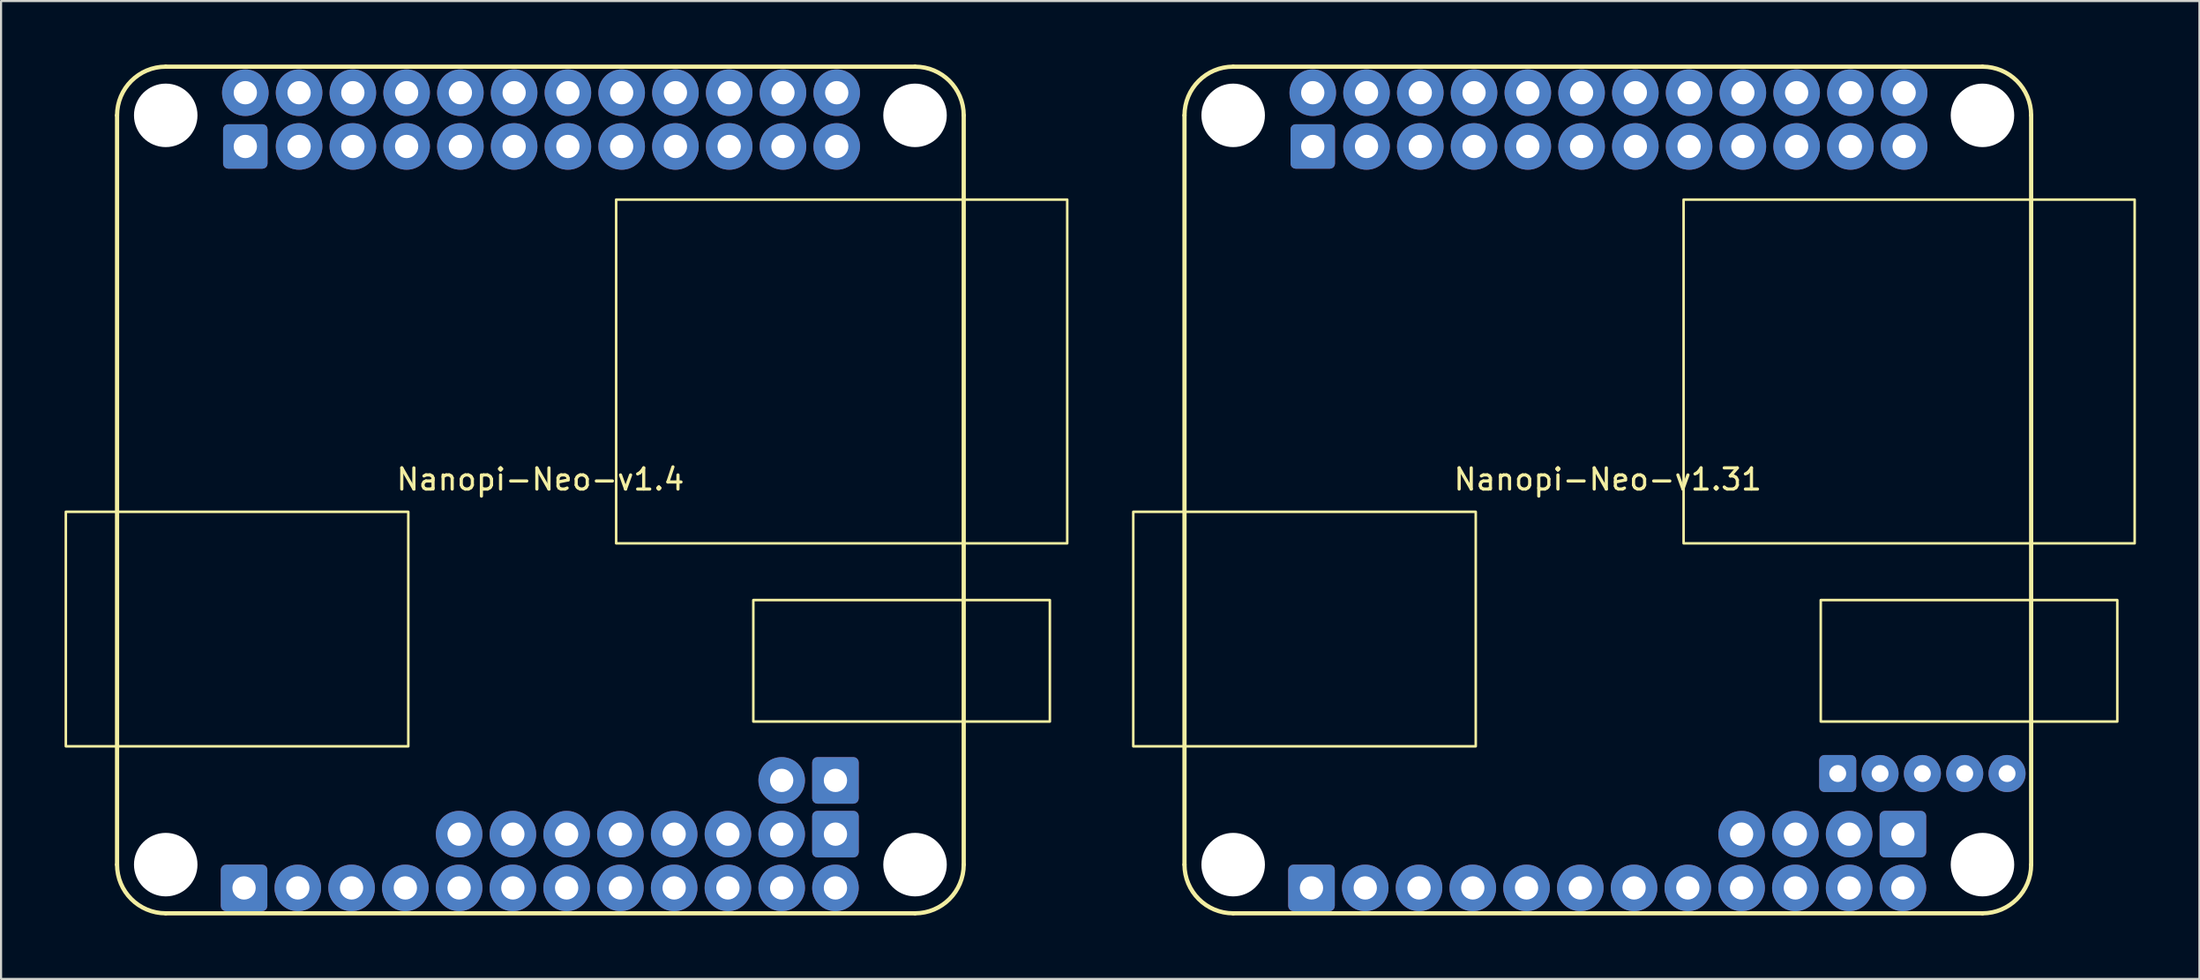
<source format=kicad_pcb>
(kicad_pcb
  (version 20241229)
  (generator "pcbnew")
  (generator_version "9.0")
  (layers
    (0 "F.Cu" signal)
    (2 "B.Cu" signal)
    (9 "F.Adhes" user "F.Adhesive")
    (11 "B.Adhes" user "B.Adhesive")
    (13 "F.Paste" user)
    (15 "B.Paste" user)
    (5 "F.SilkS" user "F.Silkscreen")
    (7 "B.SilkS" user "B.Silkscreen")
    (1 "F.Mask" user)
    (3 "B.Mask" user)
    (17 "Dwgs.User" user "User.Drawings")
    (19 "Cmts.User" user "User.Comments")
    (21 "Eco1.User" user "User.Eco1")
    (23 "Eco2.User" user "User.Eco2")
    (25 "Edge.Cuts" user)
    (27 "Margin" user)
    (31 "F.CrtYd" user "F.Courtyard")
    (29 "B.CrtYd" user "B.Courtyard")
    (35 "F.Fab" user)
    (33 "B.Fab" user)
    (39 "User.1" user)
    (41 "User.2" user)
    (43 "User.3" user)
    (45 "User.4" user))
  (footprint "Nanopi-Neo-v1.31"
    (layer "F.Cu")
    (at 72.91 20.1)
    (property "Reference" "Nanopi-Neo-v1.31" (at 0 -0.5 0) (unlocked yes) (layer "F.SilkS") (effects (font (size 1 1) (thickness 0.15))))
    (attr through_hole)
    (fp_line (start -20 -17.7) (end -20 17.7) (stroke (width 0.2) (type default)) (layer "F.SilkS"))
    (fp_line (start -17.7 -20) (end 17.7 -20) (stroke (width 0.2) (type default)) (layer "F.SilkS"))
    (fp_line (start -17.7 20) (end 17.7 20) (stroke (width 0.2) (type default)) (layer "F.SilkS"))
    (fp_line (start 20 -17.7) (end 20 17.7) (stroke (width 0.2) (type default)) (layer "F.SilkS"))
    (fp_rect (start -22.42 1.03) (end -6.24 12.11) (stroke (width 0.12) (type default)) (fill no) (layer "F.SilkS"))
    (fp_rect (start 3.58 -13.72) (end 24.89 2.52) (stroke (width 0.12) (type default)) (fill no) (layer "F.SilkS"))
    (fp_rect (start 10.06 5.2) (end 24.07 10.94) (stroke (width 0.12) (type default)) (fill no) (layer "F.SilkS"))
    (fp_arc (start -20 -17.7) (mid -19.326346 -19.326346) (end -17.7 -20) (stroke (width 0.2) (type default)) (layer "F.SilkS"))
    (fp_arc (start -17.7 20) (mid -19.326346 19.326346) (end -20 17.7) (stroke (width 0.2) (type default)) (layer "F.SilkS"))
    (fp_arc (start 17.7 -20) (mid 19.326346 -19.326346) (end 20 -17.7) (stroke (width 0.2) (type default)) (layer "F.SilkS"))
    (fp_arc (start 20 17.7) (mid 19.326346 19.326346) (end 17.7 20) (stroke (width 0.2) (type default)) (layer "F.SilkS"))
    (pad "" np_thru_hole circle (at -17.7 -17.7) (size 3 3) (drill 3) (layers "*.Cu" "*.Mask"))
    (pad "" np_thru_hole circle (at -17.7 17.7) (size 3 3) (drill 3) (layers "*.Cu" "*.Mask"))
    (pad "" np_thru_hole circle (at 17.7 -17.7) (size 3 3) (drill 3) (layers "*.Cu" "*.Mask"))
    (pad "" np_thru_hole circle (at 17.7 17.7) (size 3 3) (drill 3) (layers "*.Cu" "*.Mask"))
    (pad "1" thru_hole roundrect (at -13.94 -16.23) (size 2.1 2.1) (drill 1.1) (layers "*.Cu" "*.Mask") (roundrect_rratio 0.114))
    (pad "2" thru_hole circle (at -13.94 -18.77) (size 2.2 2.2) (drill 1.1) (layers "*.Cu" "*.Mask"))
    (pad "3" thru_hole circle (at -11.4 -16.23) (size 2.2 2.2) (drill 1.1) (layers "*.Cu" "*.Mask"))
    (pad "4" thru_hole circle (at -11.4 -18.77) (size 2.2 2.2) (drill 1.1) (layers "*.Cu" "*.Mask"))
    (pad "5" thru_hole circle (at -8.86 -16.23) (size 2.2 2.2) (drill 1.1) (layers "*.Cu" "*.Mask"))
    (pad "6" thru_hole circle (at -8.86 -18.77) (size 2.2 2.2) (drill 1.1) (layers "*.Cu" "*.Mask"))
    (pad "7" thru_hole circle (at -6.32 -16.23) (size 2.2 2.2) (drill 1.1) (layers "*.Cu" "*.Mask"))
    (pad "8" thru_hole circle (at -6.32 -18.77) (size 2.2 2.2) (drill 1.1) (layers "*.Cu" "*.Mask"))
    (pad "9" thru_hole circle (at -3.78 -16.23) (size 2.2 2.2) (drill 1.1) (layers "*.Cu" "*.Mask"))
    (pad "10" thru_hole circle (at -3.78 -18.77) (size 2.2 2.2) (drill 1.1) (layers "*.Cu" "*.Mask"))
    (pad "11" thru_hole circle (at -1.24 -16.23) (size 2.2 2.2) (drill 1.1) (layers "*.Cu" "*.Mask"))
    (pad "12" thru_hole circle (at -1.24 -18.77) (size 2.2 2.2) (drill 1.1) (layers "*.Cu" "*.Mask"))
    (pad "13" thru_hole circle (at 1.3 -16.23) (size 2.2 2.2) (drill 1.1) (layers "*.Cu" "*.Mask"))
    (pad "14" thru_hole circle (at 1.3 -18.77) (size 2.2 2.2) (drill 1.1) (layers "*.Cu" "*.Mask"))
    (pad "15" thru_hole circle (at 3.84 -16.23 90) (size 2.2 2.2) (drill 1.1) (layers "*.Cu" "*.Mask"))
    (pad "16" thru_hole circle (at 3.84 -18.77) (size 2.2 2.2) (drill 1.1) (layers "*.Cu" "*.Mask"))
    (pad "17" thru_hole circle (at 6.38 -16.23) (size 2.2 2.2) (drill 1.1) (layers "*.Cu" "*.Mask"))
    (pad "18" thru_hole circle (at 6.38 -18.77) (size 2.2 2.2) (drill 1.1) (layers "*.Cu" "*.Mask"))
    (pad "19" thru_hole circle (at 8.92 -16.23) (size 2.2 2.2) (drill 1.1) (layers "*.Cu" "*.Mask"))
    (pad "20" thru_hole circle (at 8.92 -18.77) (size 2.2 2.2) (drill 1.1) (layers "*.Cu" "*.Mask"))
    (pad "21" thru_hole circle (at 11.46 -16.23) (size 2.2 2.2) (drill 1.1) (layers "*.Cu" "*.Mask"))
    (pad "22" thru_hole circle (at 11.46 -18.77) (size 2.2 2.2) (drill 1.1) (layers "*.Cu" "*.Mask"))
    (pad "23" thru_hole circle (at 14 -16.23) (size 2.2 2.2) (drill 1.1) (layers "*.Cu" "*.Mask"))
    (pad "24" thru_hole circle (at 14 -18.77) (size 2.2 2.2) (drill 1.1) (layers "*.Cu" "*.Mask"))
    (pad "25" thru_hole roundrect (at -14 18.8) (size 2.2 2.2) (drill 1.1) (layers "*.Cu" "*.Mask") (roundrect_rratio 0.114))
    (pad "26" thru_hole circle (at -11.46 18.8) (size 2.2 2.2) (drill 1.1) (layers "*.Cu" "*.Mask"))
    (pad "27" thru_hole circle (at -8.92 18.8) (size 2.2 2.2) (drill 1.1) (layers "*.Cu" "*.Mask"))
    (pad "28" thru_hole circle (at -6.38 18.8) (size 2.2 2.2) (drill 1.1) (layers "*.Cu" "*.Mask"))
    (pad "29" thru_hole circle (at -3.84 18.8) (size 2.2 2.2) (drill 1.1) (layers "*.Cu" "*.Mask"))
    (pad "30" thru_hole circle (at -1.3 18.8) (size 2.2 2.2) (drill 1.1) (layers "*.Cu" "*.Mask"))
    (pad "31" thru_hole circle (at 1.24 18.8) (size 2.2 2.2) (drill 1.1) (layers "*.Cu" "*.Mask"))
    (pad "32" thru_hole circle (at 3.78 18.8) (size 2.2 2.2) (drill 1.1) (layers "*.Cu" "*.Mask"))
    (pad "33" thru_hole circle (at 6.32 18.8) (size 2.2 2.2) (drill 1.1) (layers "*.Cu" "*.Mask"))
    (pad "34" thru_hole circle (at 8.86 18.8) (size 2.2 2.2) (drill 1.1) (layers "*.Cu" "*.Mask"))
    (pad "35" thru_hole circle (at 11.4 18.8) (size 2.2 2.2) (drill 1.1) (layers "*.Cu" "*.Mask"))
    (pad "36" thru_hole circle (at 13.94 18.8) (size 2.2 2.2) (drill 1.1) (layers "*.Cu" "*.Mask"))
    (pad "37" thru_hole roundrect (at 13.94 16.26) (size 2.2 2.2) (drill 1.1) (layers "*.Cu" "*.Mask") (roundrect_rratio 0.114))
    (pad "38" thru_hole circle (at 11.4 16.26) (size 2.2 2.2) (drill 1.1) (layers "*.Cu" "*.Mask"))
    (pad "39" thru_hole circle (at 8.86 16.26) (size 2.2 2.2) (drill 1.1) (layers "*.Cu" "*.Mask"))
    (pad "40" thru_hole circle (at 6.32 16.26) (size 2.2 2.2) (drill 1.1) (layers "*.Cu" "*.Mask"))
    (pad "41" thru_hole roundrect (at 10.861 13.396) (size 1.75 1.75) (drill 0.8) (layers "*.Cu" "*.Mask") (roundrect_rratio 0.143))
    (pad "42" thru_hole circle (at 12.861 13.396) (size 1.75 1.75) (drill 0.8) (layers "*.Cu" "*.Mask"))
    (pad "43" thru_hole circle (at 14.861 13.396) (size 1.75 1.75) (drill 0.8) (layers "*.Cu" "*.Mask"))
    (pad "44" thru_hole circle (at 16.861 13.396) (size 1.75 1.75) (drill 0.8) (layers "*.Cu" "*.Mask"))
    (pad "45" thru_hole circle (at 18.861 13.396) (size 1.75 1.75) (drill 0.8) (layers "*.Cu" "*.Mask")))
  (footprint "Nanopi-Neo-v1.4"
    (layer "F.Cu")
    (at 22.48 20.1)
    (property "Reference" "Nanopi-Neo-v1.4" (at 0 -0.5 0) (unlocked yes) (layer "F.SilkS") (effects (font (size 1 1) (thickness 0.15))))
    (attr through_hole)
    (fp_line (start -20 -17.7) (end -20 17.7) (stroke (width 0.2) (type default)) (layer "F.SilkS"))
    (fp_line (start -17.7 -20) (end 17.7 -20) (stroke (width 0.2) (type default)) (layer "F.SilkS"))
    (fp_line (start -17.7 20) (end 17.7 20) (stroke (width 0.2) (type default)) (layer "F.SilkS"))
    (fp_line (start 20 -17.7) (end 20 17.7) (stroke (width 0.2) (type default)) (layer "F.SilkS"))
    (fp_rect (start -22.42 1.03) (end -6.24 12.11) (stroke (width 0.12) (type default)) (fill no) (layer "F.SilkS"))
    (fp_rect (start 3.58 -13.72) (end 24.89 2.52) (stroke (width 0.12) (type default)) (fill no) (layer "F.SilkS"))
    (fp_rect (start 10.06 5.2) (end 24.07 10.94) (stroke (width 0.12) (type default)) (fill no) (layer "F.SilkS"))
    (fp_arc (start -20 -17.7) (mid -19.326346 -19.326346) (end -17.7 -20) (stroke (width 0.2) (type default)) (layer "F.SilkS"))
    (fp_arc (start -17.7 20) (mid -19.326346 19.326346) (end -20 17.7) (stroke (width 0.2) (type default)) (layer "F.SilkS"))
    (fp_arc (start 17.7 -20) (mid 19.326346 -19.326346) (end 20 -17.7) (stroke (width 0.2) (type default)) (layer "F.SilkS"))
    (fp_arc (start 20 17.7) (mid 19.326346 19.326346) (end 17.7 20) (stroke (width 0.2) (type default)) (layer "F.SilkS"))
    (pad "" np_thru_hole circle (at -17.7 -17.7) (size 3 3) (drill 3) (layers "*.Cu" "*.Mask"))
    (pad "" np_thru_hole circle (at -17.7 17.7) (size 3 3) (drill 3) (layers "*.Cu" "*.Mask"))
    (pad "" np_thru_hole circle (at 17.7 -17.7) (size 3 3) (drill 3) (layers "*.Cu" "*.Mask"))
    (pad "" np_thru_hole circle (at 17.7 17.7) (size 3 3) (drill 3) (layers "*.Cu" "*.Mask"))
    (pad "1" thru_hole roundrect (at -13.94 -16.23) (size 2.1 2.1) (drill 1.1) (layers "*.Cu" "*.Mask") (roundrect_rratio 0.114))
    (pad "2" thru_hole circle (at -13.94 -18.77) (size 2.2 2.2) (drill 1.1) (layers "*.Cu" "*.Mask"))
    (pad "3" thru_hole circle (at -11.4 -16.23) (size 2.2 2.2) (drill 1.1) (layers "*.Cu" "*.Mask"))
    (pad "4" thru_hole circle (at -11.4 -18.77) (size 2.2 2.2) (drill 1.1) (layers "*.Cu" "*.Mask"))
    (pad "5" thru_hole circle (at -8.86 -16.23) (size 2.2 2.2) (drill 1.1) (layers "*.Cu" "*.Mask"))
    (pad "6" thru_hole circle (at -8.86 -18.77) (size 2.2 2.2) (drill 1.1) (layers "*.Cu" "*.Mask"))
    (pad "7" thru_hole circle (at -6.32 -16.23) (size 2.2 2.2) (drill 1.1) (layers "*.Cu" "*.Mask"))
    (pad "8" thru_hole circle (at -6.32 -18.77) (size 2.2 2.2) (drill 1.1) (layers "*.Cu" "*.Mask"))
    (pad "9" thru_hole circle (at -3.78 -16.23) (size 2.2 2.2) (drill 1.1) (layers "*.Cu" "*.Mask"))
    (pad "10" thru_hole circle (at -3.78 -18.77) (size 2.2 2.2) (drill 1.1) (layers "*.Cu" "*.Mask"))
    (pad "11" thru_hole circle (at -1.24 -16.23) (size 2.2 2.2) (drill 1.1) (layers "*.Cu" "*.Mask"))
    (pad "12" thru_hole circle (at -1.24 -18.77) (size 2.2 2.2) (drill 1.1) (layers "*.Cu" "*.Mask"))
    (pad "13" thru_hole circle (at 1.3 -16.23) (size 2.2 2.2) (drill 1.1) (layers "*.Cu" "*.Mask"))
    (pad "14" thru_hole circle (at 1.3 -18.77) (size 2.2 2.2) (drill 1.1) (layers "*.Cu" "*.Mask"))
    (pad "15" thru_hole circle (at 3.84 -16.23 90) (size 2.2 2.2) (drill 1.1) (layers "*.Cu" "*.Mask"))
    (pad "16" thru_hole circle (at 3.84 -18.77) (size 2.2 2.2) (drill 1.1) (layers "*.Cu" "*.Mask"))
    (pad "17" thru_hole circle (at 6.38 -16.23) (size 2.2 2.2) (drill 1.1) (layers "*.Cu" "*.Mask"))
    (pad "18" thru_hole circle (at 6.38 -18.77) (size 2.2 2.2) (drill 1.1) (layers "*.Cu" "*.Mask"))
    (pad "19" thru_hole circle (at 8.92 -16.23) (size 2.2 2.2) (drill 1.1) (layers "*.Cu" "*.Mask"))
    (pad "20" thru_hole circle (at 8.92 -18.77) (size 2.2 2.2) (drill 1.1) (layers "*.Cu" "*.Mask"))
    (pad "21" thru_hole circle (at 11.46 -16.23) (size 2.2 2.2) (drill 1.1) (layers "*.Cu" "*.Mask"))
    (pad "22" thru_hole circle (at 11.46 -18.77) (size 2.2 2.2) (drill 1.1) (layers "*.Cu" "*.Mask"))
    (pad "23" thru_hole circle (at 14 -16.23) (size 2.2 2.2) (drill 1.1) (layers "*.Cu" "*.Mask"))
    (pad "24" thru_hole circle (at 14 -18.77) (size 2.2 2.2) (drill 1.1) (layers "*.Cu" "*.Mask"))
    (pad "25" thru_hole roundrect (at -14 18.8) (size 2.2 2.2) (drill 1.1) (layers "*.Cu" "*.Mask") (roundrect_rratio 0.114))
    (pad "26" thru_hole circle (at -11.46 18.8) (size 2.2 2.2) (drill 1.1) (layers "*.Cu" "*.Mask"))
    (pad "27" thru_hole circle (at -8.92 18.8) (size 2.2 2.2) (drill 1.1) (layers "*.Cu" "*.Mask"))
    (pad "28" thru_hole circle (at -6.38 18.8) (size 2.2 2.2) (drill 1.1) (layers "*.Cu" "*.Mask"))
    (pad "29" thru_hole circle (at -3.84 18.8) (size 2.2 2.2) (drill 1.1) (layers "*.Cu" "*.Mask"))
    (pad "30" thru_hole circle (at -1.3 18.8) (size 2.2 2.2) (drill 1.1) (layers "*.Cu" "*.Mask"))
    (pad "31" thru_hole circle (at 1.24 18.8) (size 2.2 2.2) (drill 1.1) (layers "*.Cu" "*.Mask"))
    (pad "32" thru_hole circle (at 3.78 18.8) (size 2.2 2.2) (drill 1.1) (layers "*.Cu" "*.Mask"))
    (pad "33" thru_hole circle (at 6.32 18.8) (size 2.2 2.2) (drill 1.1) (layers "*.Cu" "*.Mask"))
    (pad "34" thru_hole circle (at 8.86 18.8) (size 2.2 2.2) (drill 1.1) (layers "*.Cu" "*.Mask"))
    (pad "35" thru_hole circle (at 11.4 18.8) (size 2.2 2.2) (drill 1.1) (layers "*.Cu" "*.Mask"))
    (pad "36" thru_hole circle (at 13.94 18.8) (size 2.2 2.2) (drill 1.1) (layers "*.Cu" "*.Mask"))
    (pad "37" thru_hole roundrect (at 13.94 16.26) (size 2.2 2.2) (drill 1.1) (layers "*.Cu" "*.Mask") (roundrect_rratio 0.114))
    (pad "38" thru_hole circle (at 11.4 16.26) (size 2.2 2.2) (drill 1.1) (layers "*.Cu" "*.Mask"))
    (pad "39" thru_hole circle (at 8.86 16.26) (size 2.2 2.2) (drill 1.1) (layers "*.Cu" "*.Mask"))
    (pad "40" thru_hole circle (at 6.32 16.26) (size 2.2 2.2) (drill 1.1) (layers "*.Cu" "*.Mask"))
    (pad "41" thru_hole circle (at 3.78 16.26) (size 2.2 2.2) (drill 1.1) (layers "*.Cu" "*.Mask"))
    (pad "42" thru_hole circle (at 1.24 16.26) (size 2.2 2.2) (drill 1.1) (layers "*.Cu" "*.Mask"))
    (pad "43" thru_hole circle (at -1.3 16.26) (size 2.2 2.2) (drill 1.1) (layers "*.Cu" "*.Mask"))
    (pad "44" thru_hole circle (at -3.84 16.26) (size 2.2 2.2) (drill 1.1) (layers "*.Cu" "*.Mask"))
    (pad "45" thru_hole roundrect (at 13.94 13.72) (size 2.2 2.2) (drill 1.1) (layers "*.Cu" "*.Mask") (roundrect_rratio 0.114))
    (pad "46" thru_hole circle (at 11.4 13.72) (size 2.2 2.2) (drill 1.1) (layers "*.Cu" "*.Mask")))
  (gr_rect
    (start -3 -3)
    (end 100.86 43.2)
    (stroke (width 0.1) (type default))
    (fill no)
    (layer "Edge.Cuts")))
</source>
